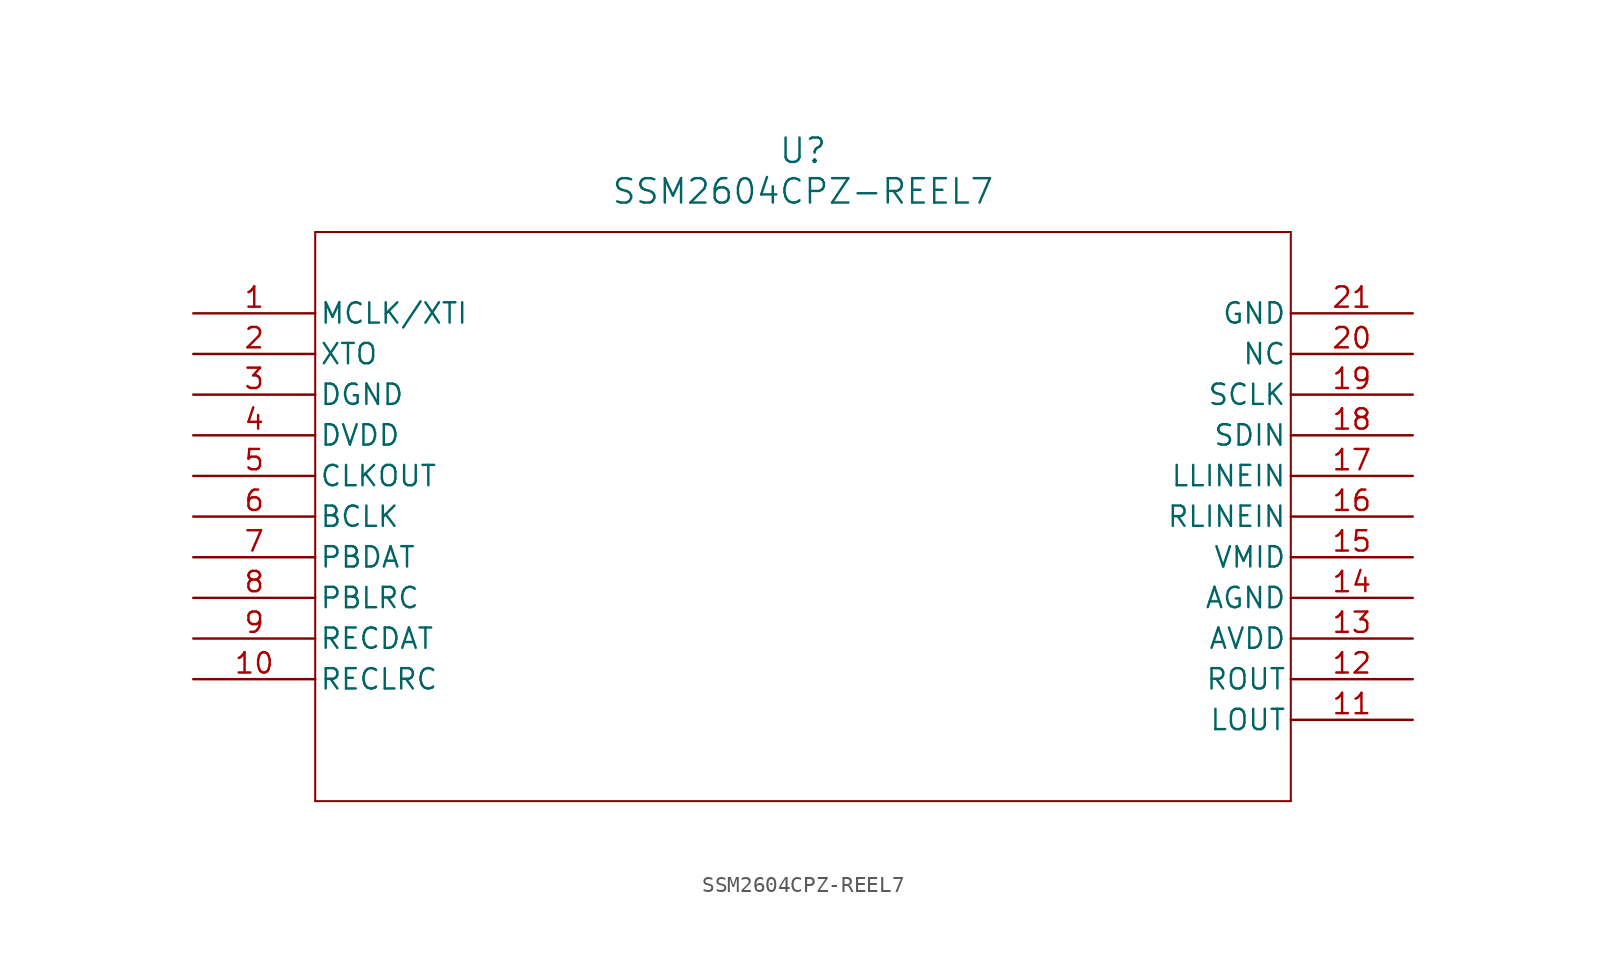
<source format=kicad_sym>
(kicad_symbol_lib
  (version 20211014)
  (generator kicad_symbol_editor)
  (symbol "SSM2604CPZ-REEL7"
    (pin_names
      (offset 0.254))
    (property "Reference" "U"
      (at 38.1 10.16 0)
      (effects (font (size 1.524 1.524))))
    (property "Value" "SSM2604CPZ-REEL7"
      (at 38.1 7.62 0)
      (effects (font (size 1.524 1.524))))
    (symbol "SSM2604CPZ-REEL7_0_1"
      (polyline (pts (xy 7.62 5.08) (xy 7.62 -30.48)) (stroke (width 0.127) (type default) (color 0 0 0 0)) (fill (type none)))
      (polyline (pts (xy 7.62 -30.48) (xy 68.58 -30.48)) (stroke (width 0.127) (type default) (color 0 0 0 0)) (fill (type none)))
      (polyline (pts (xy 68.58 -30.48) (xy 68.58 5.08)) (stroke (width 0.127) (type default) (color 0 0 0 0)) (fill (type none)))
      (polyline (pts (xy 68.58 5.08) (xy 7.62 5.08)) (stroke (width 0.127) (type default) (color 0 0 0 0)) (fill (type none)))
      (pin unspecified line (at 0 0 0) (length 7.62) (name "MCLK/XTI" (effects (font (size 1.27 1.27)))) (number "1" (effects (font (size 1.27 1.27)))))
      (pin unspecified line (at 0 -2.54 0) (length 7.62) (name "XTO" (effects (font (size 1.27 1.27)))) (number "2" (effects (font (size 1.27 1.27)))))
      (pin unspecified line (at 0 -5.08 0) (length 7.62) (name "DGND" (effects (font (size 1.27 1.27)))) (number "3" (effects (font (size 1.27 1.27)))))
      (pin power_in line (at 0 -7.62 0) (length 7.62) (name "DVDD" (effects (font (size 1.27 1.27)))) (number "4" (effects (font (size 1.27 1.27)))))
      (pin unspecified line (at 0 -10.16 0) (length 7.62) (name "CLKOUT" (effects (font (size 1.27 1.27)))) (number "5" (effects (font (size 1.27 1.27)))))
      (pin unspecified line (at 0 -12.7 0) (length 7.62) (name "BCLK" (effects (font (size 1.27 1.27)))) (number "6" (effects (font (size 1.27 1.27)))))
      (pin unspecified line (at 0 -15.24 0) (length 7.62) (name "PBDAT" (effects (font (size 1.27 1.27)))) (number "7" (effects (font (size 1.27 1.27)))))
      (pin unspecified line (at 0 -17.78 0) (length 7.62) (name "PBLRC" (effects (font (size 1.27 1.27)))) (number "8" (effects (font (size 1.27 1.27)))))
      (pin unspecified line (at 0 -20.32 0) (length 7.62) (name "RECDAT" (effects (font (size 1.27 1.27)))) (number "9" (effects (font (size 1.27 1.27)))))
      (pin unspecified line (at 0 -22.86 0) (length 7.62) (name "RECLRC" (effects (font (size 1.27 1.27)))) (number "10" (effects (font (size 1.27 1.27)))))
      (pin unspecified line (at 76.2 -25.4 180) (length 7.62) (name "LOUT" (effects (font (size 1.27 1.27)))) (number "11" (effects (font (size 1.27 1.27)))))
      (pin unspecified line (at 76.2 -22.86 180) (length 7.62) (name "ROUT" (effects (font (size 1.27 1.27)))) (number "12" (effects (font (size 1.27 1.27)))))
      (pin power_in line (at 76.2 -20.32 180) (length 7.62) (name "AVDD" (effects (font (size 1.27 1.27)))) (number "13" (effects (font (size 1.27 1.27)))))
      (pin unspecified line (at 76.2 -17.78 180) (length 7.62) (name "AGND" (effects (font (size 1.27 1.27)))) (number "14" (effects (font (size 1.27 1.27)))))
      (pin unspecified line (at 76.2 -15.24 180) (length 7.62) (name "VMID" (effects (font (size 1.27 1.27)))) (number "15" (effects (font (size 1.27 1.27)))))
      (pin unspecified line (at 76.2 -12.7 180) (length 7.62) (name "RLINEIN" (effects (font (size 1.27 1.27)))) (number "16" (effects (font (size 1.27 1.27)))))
      (pin unspecified line (at 76.2 -10.16 180) (length 7.62) (name "LLINEIN" (effects (font (size 1.27 1.27)))) (number "17" (effects (font (size 1.27 1.27)))))
      (pin unspecified line (at 76.2 -7.62 180) (length 7.62) (name "SDIN" (effects (font (size 1.27 1.27)))) (number "18" (effects (font (size 1.27 1.27)))))
      (pin unspecified line (at 76.2 -5.08 180) (length 7.62) (name "SCLK" (effects (font (size 1.27 1.27)))) (number "19" (effects (font (size 1.27 1.27)))))
      (pin unspecified line (at 76.2 -2.54 180) (length 7.62) (name "NC" (effects (font (size 1.27 1.27)))) (number "20" (effects (font (size 1.27 1.27)))))
      (pin unspecified line (at 76.2 0 180) (length 7.62) (name "GND" (effects (font (size 1.27 1.27)))) (number "21" (effects (font (size 1.27 1.27))))))))
</source>
